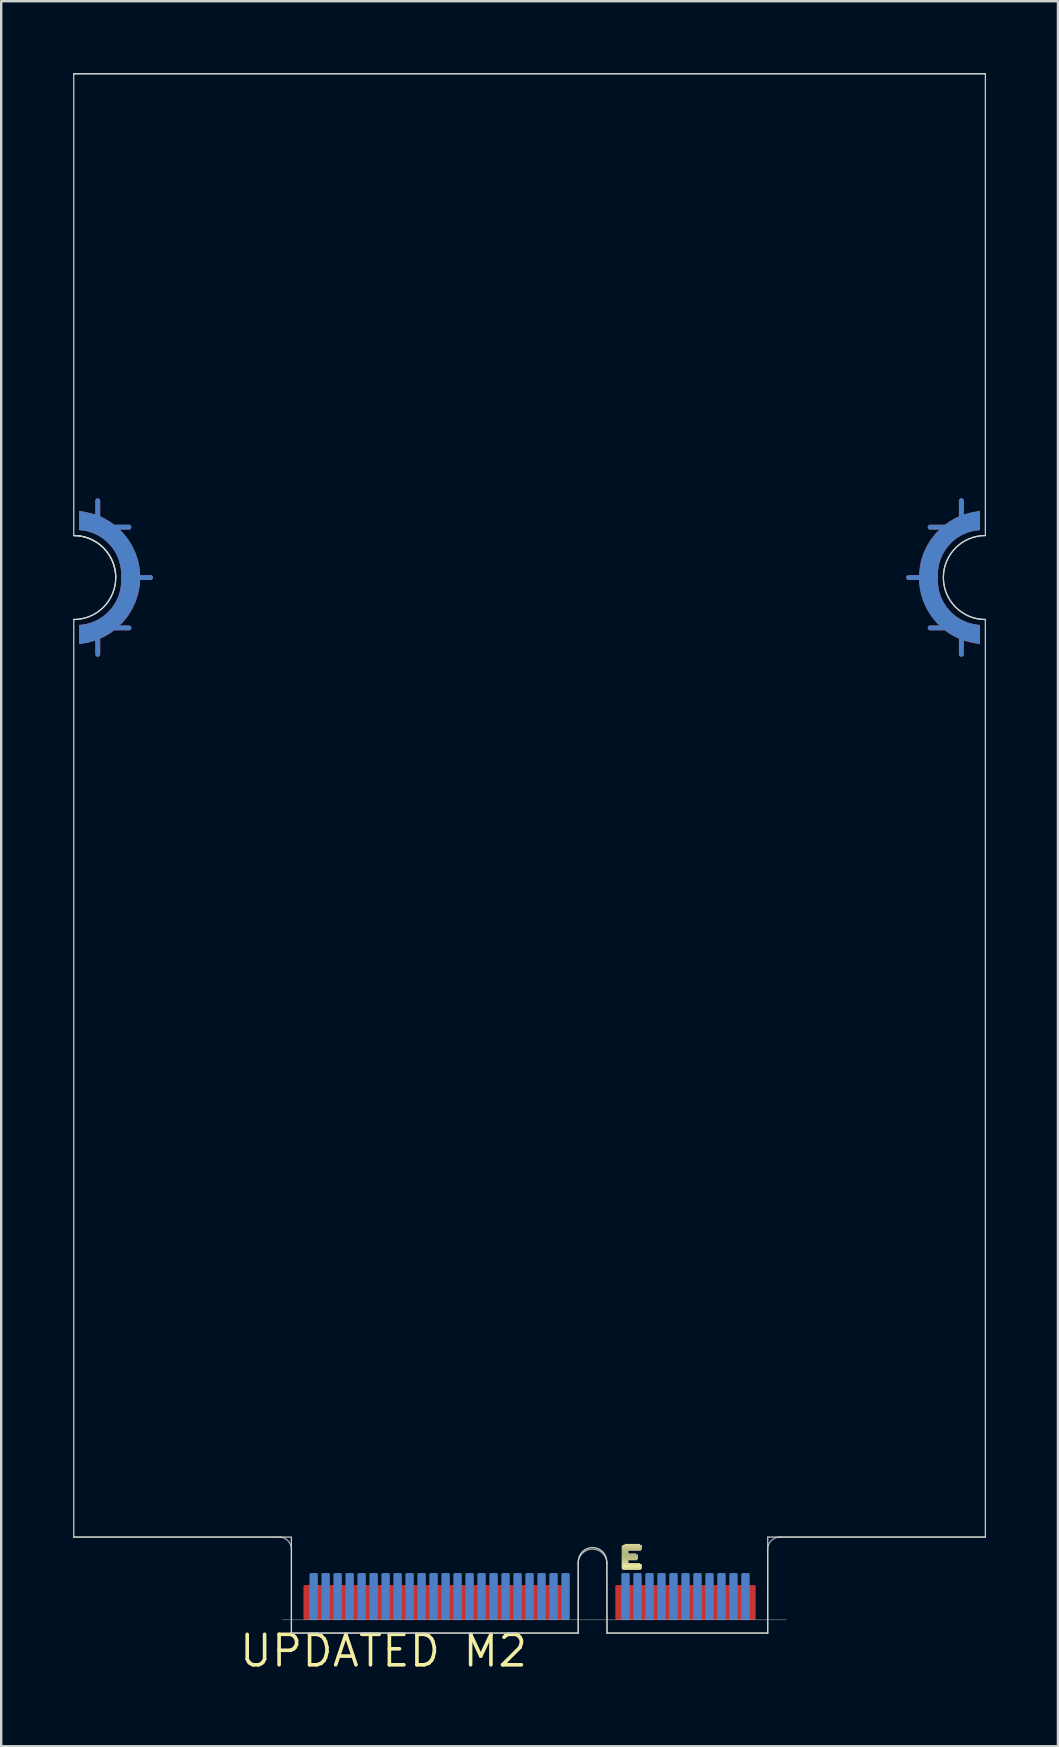
<source format=kicad_pcb>
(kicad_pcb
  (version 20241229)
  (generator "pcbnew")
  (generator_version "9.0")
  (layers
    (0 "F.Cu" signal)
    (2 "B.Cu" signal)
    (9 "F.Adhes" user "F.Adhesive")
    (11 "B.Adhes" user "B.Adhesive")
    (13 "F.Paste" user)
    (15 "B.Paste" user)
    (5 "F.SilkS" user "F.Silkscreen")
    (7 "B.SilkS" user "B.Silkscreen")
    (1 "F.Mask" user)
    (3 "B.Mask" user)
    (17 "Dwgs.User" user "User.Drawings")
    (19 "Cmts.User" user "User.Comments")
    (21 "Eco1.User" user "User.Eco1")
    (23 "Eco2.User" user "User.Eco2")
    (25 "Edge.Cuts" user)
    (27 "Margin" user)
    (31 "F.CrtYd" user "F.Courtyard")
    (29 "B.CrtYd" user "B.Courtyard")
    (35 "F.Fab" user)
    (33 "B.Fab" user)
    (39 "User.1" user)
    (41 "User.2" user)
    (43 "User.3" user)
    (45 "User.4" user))
  (footprint "UPDATED M2"
    (layer "F.Cu")
    (at 19.025 65.025)
    (property "Reference" "UPDATED M2" (at 0 0 0) (unlocked yes) (layer "F.SilkS") (effects (font (size 1.27 1.27) (thickness 0.15)) (justify right top)))
    (fp_line (start -18 -46.1) (end -18 -47.2) (stroke (width 0.203) (type solid)) (layer "F.Cu"))
    (fp_line (start -18 -46.1) (end -16.7 -46.1) (stroke (width 0.203) (type solid)) (layer "F.Cu"))
    (fp_line (start -18 -41.9) (end -18 -40.8) (stroke (width 0.203) (type solid)) (layer "F.Cu"))
    (fp_line (start -18 -41.9) (end -16.7 -41.9) (stroke (width 0.203) (type solid)) (layer "F.Cu"))
    (fp_line (start -16.7 -44) (end -15.8 -44) (stroke (width 0.203) (type solid)) (layer "F.Cu"))
    (fp_line (start 16.7 -44) (end 15.8 -44) (stroke (width 0.203) (type solid)) (layer "F.Cu"))
    (fp_line (start 18 -46.1) (end 16.7 -46.1) (stroke (width 0.203) (type solid)) (layer "F.Cu"))
    (fp_line (start 18 -46.1) (end 18 -47.2) (stroke (width 0.203) (type solid)) (layer "F.Cu"))
    (fp_line (start 18 -41.9) (end 16.7 -41.9) (stroke (width 0.203) (type solid)) (layer "F.Cu"))
    (fp_line (start 18 -41.9) (end 18 -40.8) (stroke (width 0.203) (type solid)) (layer "F.Cu"))
    (fp_poly (pts (xy -18.41 -46.718) (xy -18.083 -46.622) (xy -17.769 -46.486) (xy -17.474 -46.313) (xy -17.203 -46.106) (xy -16.958 -45.868) (xy -16.744 -45.602) (xy -16.564 -45.311) (xy -16.42 -45.001) (xy -16.314 -44.676) (xy -16.249 -44.341) (xy -16.225 -44) (xy -16.247 -43.658) (xy -16.31 -43.322) (xy -16.414 -42.996) (xy -16.557 -42.685) (xy -16.737 -42.394) (xy -16.952 -42.127) (xy -17.197 -41.888) (xy -17.47 -41.681) (xy -17.766 -41.509) (xy -18.081 -41.374) (xy -18.775 -41.219) (xy -18.775 -42.022) (xy -18.49 -42.061) (xy -18.235 -42.135) (xy -17.994 -42.243) (xy -17.771 -42.385) (xy -17.57 -42.558) (xy -17.396 -42.757) (xy -17.252 -42.979) (xy -17.141 -43.219) (xy -17.065 -43.472) (xy -17.026 -43.734) (xy -17.025 -44) (xy -17.026 -44.266) (xy -17.065 -44.528) (xy -17.141 -44.781) (xy -17.252 -45.021) (xy -17.396 -45.243) (xy -17.57 -45.442) (xy -17.771 -45.615) (xy -17.994 -45.757) (xy -18.235 -45.865) (xy -18.49 -45.939) (xy -18.775 -45.978) (xy -18.775 -46.78)) (stroke (width 0) (type default)) (fill yes) (layer "F.Cu"))
    (fp_poly (pts (xy 18.775 -45.978) (xy 18.49 -45.939) (xy 18.235 -45.865) (xy 17.994 -45.757) (xy 17.771 -45.615) (xy 17.57 -45.442) (xy 17.396 -45.243) (xy 17.252 -45.021) (xy 17.141 -44.781) (xy 17.065 -44.528) (xy 17.026 -44.266) (xy 17.025 -44) (xy 17.026 -43.734) (xy 17.065 -43.472) (xy 17.141 -43.219) (xy 17.252 -42.979) (xy 17.396 -42.757) (xy 17.57 -42.558) (xy 17.771 -42.385) (xy 17.994 -42.243) (xy 18.235 -42.135) (xy 18.49 -42.061) (xy 18.775 -42.022) (xy 18.775 -41.225) (xy 18.748 -41.225) (xy 18.41 -41.282) (xy 18.083 -41.378) (xy 17.769 -41.514) (xy 17.474 -41.687) (xy 17.203 -41.894) (xy 16.958 -42.132) (xy 16.744 -42.398) (xy 16.564 -42.689) (xy 16.42 -42.999) (xy 16.314 -43.324) (xy 16.228 -43.976) (xy 16.223 -43.976) (xy 16.225 -43.999) (xy 16.222 -44.023) (xy 16.226 -44.024) (xy 16.247 -44.342) (xy 16.31 -44.678) (xy 16.414 -45.004) (xy 16.557 -45.315) (xy 16.737 -45.606) (xy 16.952 -45.873) (xy 17.197 -46.112) (xy 17.47 -46.319) (xy 17.766 -46.491) (xy 18.081 -46.626) (xy 18.775 -46.781)) (stroke (width 0) (type default)) (fill yes) (layer "F.Cu"))
    (fp_poly (pts (xy -18.666 -46.755) (xy -18.336 -46.694) (xy -18.016 -46.595) (xy -17.71 -46.457) (xy -17.424 -46.284) (xy -17.16 -46.077) (xy -16.923 -45.84) (xy -16.716 -45.576) (xy -16.543 -45.29) (xy -16.405 -44.984) (xy -16.306 -44.664) (xy -16.245 -44.334) (xy -16.225 -44) (xy -16.245 -43.666) (xy -16.306 -43.336) (xy -16.405 -43.016) (xy -16.543 -42.71) (xy -16.716 -42.424) (xy -16.923 -42.16) (xy -17.16 -41.923) (xy -17.424 -41.716) (xy -17.71 -41.543) (xy -18.016 -41.405) (xy -18.336 -41.306) (xy -18.666 -41.245) (xy -19.025 -41.223) (xy -19.025 -42.273) (xy -18.73 -42.296) (xy -18.467 -42.359) (xy -18.217 -42.463) (xy -17.986 -42.605) (xy -17.78 -42.78) (xy -17.605 -42.986) (xy -17.463 -43.217) (xy -17.36 -43.466) (xy -17.275 -44.001) (xy -17.296 -44.27) (xy -17.36 -44.533) (xy -17.463 -44.783) (xy -17.605 -45.014) (xy -17.78 -45.22) (xy -17.986 -45.395) (xy -18.217 -45.537) (xy -18.466 -45.64) (xy -19.025 -45.729) (xy -19.025 -46.777)) (stroke (width 0) (type default)) (fill yes) (layer "F.Mask"))
    (fp_poly (pts (xy 19.025 -45.727) (xy 18.73 -45.704) (xy 18.467 -45.64) (xy 18.217 -45.537) (xy 17.986 -45.395) (xy 17.78 -45.22) (xy 17.605 -45.014) (xy 17.463 -44.783) (xy 17.36 -44.534) (xy 17.275 -43.999) (xy 17.296 -43.73) (xy 17.36 -43.467) (xy 17.463 -43.217) (xy 17.605 -42.986) (xy 17.78 -42.78) (xy 17.986 -42.605) (xy 18.217 -42.463) (xy 18.466 -42.36) (xy 19.025 -42.271) (xy 19.025 -41.223) (xy 18.666 -41.245) (xy 18.336 -41.306) (xy 18.016 -41.405) (xy 17.71 -41.543) (xy 17.424 -41.716) (xy 17.16 -41.923) (xy 16.923 -42.16) (xy 16.716 -42.424) (xy 16.543 -42.71) (xy 16.405 -43.016) (xy 16.306 -43.336) (xy 16.245 -43.666) (xy 16.225 -44) (xy 16.245 -44.334) (xy 16.306 -44.664) (xy 16.405 -44.984) (xy 16.543 -45.29) (xy 16.716 -45.576) (xy 16.923 -45.84) (xy 17.16 -46.077) (xy 17.424 -46.284) (xy 17.71 -46.457) (xy 18.016 -46.595) (xy 18.336 -46.694) (xy 18.666 -46.755) (xy 19.025 -46.777)) (stroke (width 0) (type default)) (fill yes) (layer "F.Mask"))
    (fp_line (start -18 -46.1) (end -18 -47.2) (stroke (width 0.203) (type solid)) (layer "B.Cu"))
    (fp_line (start -18 -46.1) (end -16.7 -46.1) (stroke (width 0.203) (type solid)) (layer "B.Cu"))
    (fp_line (start -18 -41.9) (end -18 -40.8) (stroke (width 0.203) (type solid)) (layer "B.Cu"))
    (fp_line (start -18 -41.9) (end -16.7 -41.9) (stroke (width 0.203) (type solid)) (layer "B.Cu"))
    (fp_line (start -16.7 -44) (end -15.8 -44) (stroke (width 0.203) (type solid)) (layer "B.Cu"))
    (fp_line (start 16.7 -44) (end 15.8 -44) (stroke (width 0.203) (type solid)) (layer "B.Cu"))
    (fp_line (start 18 -46.1) (end 16.7 -46.1) (stroke (width 0.203) (type solid)) (layer "B.Cu"))
    (fp_line (start 18 -46.1) (end 18 -47.2) (stroke (width 0.203) (type solid)) (layer "B.Cu"))
    (fp_line (start 18 -41.9) (end 16.7 -41.9) (stroke (width 0.203) (type solid)) (layer "B.Cu"))
    (fp_line (start 18 -41.9) (end 18 -40.8) (stroke (width 0.203) (type solid)) (layer "B.Cu"))
    (fp_poly (pts (xy 18.775 -45.978) (xy 18.49 -45.939) (xy 18.235 -45.865) (xy 17.994 -45.757) (xy 17.771 -45.615) (xy 17.57 -45.442) (xy 17.396 -45.243) (xy 17.252 -45.021) (xy 17.141 -44.781) (xy 17.065 -44.528) (xy 17.026 -44.266) (xy 17.025 -44) (xy 17.026 -43.734) (xy 17.065 -43.472) (xy 17.141 -43.219) (xy 17.252 -42.979) (xy 17.396 -42.757) (xy 17.57 -42.558) (xy 17.771 -42.385) (xy 17.994 -42.243) (xy 18.235 -42.135) (xy 18.49 -42.061) (xy 18.775 -42.022) (xy 18.775 -41.219) (xy 18.081 -41.374) (xy 17.766 -41.509) (xy 17.47 -41.681) (xy 17.197 -41.888) (xy 16.952 -42.127) (xy 16.737 -42.394) (xy 16.557 -42.685) (xy 16.414 -42.996) (xy 16.31 -43.322) (xy 16.247 -43.658) (xy 16.225 -44.001) (xy 16.314 -44.676) (xy 16.42 -45.001) (xy 16.564 -45.311) (xy 16.744 -45.602) (xy 16.958 -45.868) (xy 17.203 -46.106) (xy 17.474 -46.313) (xy 17.769 -46.486) (xy 18.083 -46.622) (xy 18.41 -46.718) (xy 18.775 -46.78)) (stroke (width 0) (type default)) (fill yes) (layer "B.Cu"))
    (fp_poly (pts (xy -18.081 -46.626) (xy -17.766 -46.491) (xy -17.47 -46.319) (xy -17.197 -46.112) (xy -16.952 -45.873) (xy -16.737 -45.606) (xy -16.557 -45.315) (xy -16.414 -45.004) (xy -16.31 -44.678) (xy -16.247 -44.342) (xy -16.226 -44.024) (xy -16.223 -44.024) (xy -16.225 -44) (xy -16.223 -43.976) (xy -16.227 -43.976) (xy -16.249 -43.659) (xy -16.314 -43.324) (xy -16.42 -42.999) (xy -16.564 -42.689) (xy -16.744 -42.398) (xy -16.958 -42.132) (xy -17.203 -41.894) (xy -17.474 -41.687) (xy -17.769 -41.514) (xy -18.083 -41.378) (xy -18.41 -41.282) (xy -18.748 -41.225) (xy -18.775 -41.225) (xy -18.775 -42.022) (xy -18.49 -42.061) (xy -18.235 -42.135) (xy -17.994 -42.243) (xy -17.771 -42.385) (xy -17.57 -42.558) (xy -17.396 -42.757) (xy -17.252 -42.979) (xy -17.141 -43.219) (xy -17.065 -43.472) (xy -17.026 -43.734) (xy -17.025 -44) (xy -17.026 -44.266) (xy -17.065 -44.528) (xy -17.141 -44.781) (xy -17.252 -45.021) (xy -17.396 -45.243) (xy -17.57 -45.442) (xy -17.771 -45.615) (xy -17.994 -45.757) (xy -18.235 -45.865) (xy -18.49 -45.939) (xy -18.775 -45.978) (xy -18.775 -46.781)) (stroke (width 0) (type default)) (fill yes) (layer "B.Cu"))
    (fp_poly (pts (xy 3.841 -3.595) (xy 4.681 -3.595) (xy 4.681 -3.635) (xy 3.841 -3.635)) (stroke (width 0) (type default)) (fill yes) (layer "F.SilkS"))
    (fp_poly (pts (xy 3.841 -3.555) (xy 4.681 -3.555) (xy 4.681 -3.595) (xy 3.841 -3.595)) (stroke (width 0) (type default)) (fill yes) (layer "F.SilkS"))
    (fp_poly (pts (xy 3.841 -3.515) (xy 4.681 -3.515) (xy 4.681 -3.555) (xy 3.841 -3.555)) (stroke (width 0) (type default)) (fill yes) (layer "F.SilkS"))
    (fp_poly (pts (xy 3.841 -3.475) (xy 4.681 -3.475) (xy 4.681 -3.515) (xy 3.841 -3.515)) (stroke (width 0) (type default)) (fill yes) (layer "F.SilkS"))
    (fp_poly (pts (xy 3.841 -3.435) (xy 4.641 -3.435) (xy 4.641 -3.475) (xy 3.841 -3.475)) (stroke (width 0) (type default)) (fill yes) (layer "F.SilkS"))
    (fp_poly (pts (xy 3.841 -3.395) (xy 4.121 -3.395) (xy 4.121 -3.435) (xy 3.841 -3.435)) (stroke (width 0) (type default)) (fill yes) (layer "F.SilkS"))
    (fp_poly (pts (xy 3.841 -3.355) (xy 4.121 -3.355) (xy 4.121 -3.395) (xy 3.841 -3.395)) (stroke (width 0) (type default)) (fill yes) (layer "F.SilkS"))
    (fp_poly (pts (xy 3.841 -3.315) (xy 4.121 -3.315) (xy 4.121 -3.355) (xy 3.841 -3.355)) (stroke (width 0) (type default)) (fill yes) (layer "F.SilkS"))
    (fp_poly (pts (xy 3.841 -3.275) (xy 4.441 -3.275) (xy 4.441 -3.315) (xy 3.841 -3.315)) (stroke (width 0) (type default)) (fill yes) (layer "F.SilkS"))
    (fp_poly (pts (xy 3.841 -3.235) (xy 4.521 -3.235) (xy 4.521 -3.275) (xy 3.841 -3.275)) (stroke (width 0) (type default)) (fill yes) (layer "F.SilkS"))
    (fp_poly (pts (xy 3.841 -3.195) (xy 4.521 -3.195) (xy 4.521 -3.235) (xy 3.841 -3.235)) (stroke (width 0) (type default)) (fill yes) (layer "F.SilkS"))
    (fp_poly (pts (xy 3.841 -3.155) (xy 4.521 -3.155) (xy 4.521 -3.195) (xy 3.841 -3.195)) (stroke (width 0) (type default)) (fill yes) (layer "F.SilkS"))
    (fp_poly (pts (xy 3.841 -3.115) (xy 4.521 -3.115) (xy 4.521 -3.155) (xy 3.841 -3.155)) (stroke (width 0) (type default)) (fill yes) (layer "F.SilkS"))
    (fp_poly (pts (xy 3.841 -3.075) (xy 4.521 -3.075) (xy 4.521 -3.115) (xy 3.841 -3.115)) (stroke (width 0) (type default)) (fill yes) (layer "F.SilkS"))
    (fp_poly (pts (xy 3.841 -3.035) (xy 4.481 -3.035) (xy 4.481 -3.075) (xy 3.841 -3.075)) (stroke (width 0) (type default)) (fill yes) (layer "F.SilkS"))
    (fp_poly (pts (xy 3.841 -2.995) (xy 4.121 -2.995) (xy 4.121 -3.035) (xy 3.841 -3.035)) (stroke (width 0) (type default)) (fill yes) (layer "F.SilkS"))
    (fp_poly (pts (xy 3.841 -2.955) (xy 4.121 -2.955) (xy 4.121 -2.995) (xy 3.841 -2.995)) (stroke (width 0) (type default)) (fill yes) (layer "F.SilkS"))
    (fp_poly (pts (xy 3.841 -2.915) (xy 4.121 -2.915) (xy 4.121 -2.955) (xy 3.841 -2.955)) (stroke (width 0) (type default)) (fill yes) (layer "F.SilkS"))
    (fp_poly (pts (xy 3.841 -2.875) (xy 4.601 -2.875) (xy 4.601 -2.915) (xy 3.841 -2.915)) (stroke (width 0) (type default)) (fill yes) (layer "F.SilkS"))
    (fp_poly (pts (xy 3.841 -2.835) (xy 4.681 -2.835) (xy 4.681 -2.875) (xy 3.841 -2.875)) (stroke (width 0) (type default)) (fill yes) (layer "F.SilkS"))
    (fp_poly (pts (xy 3.841 -2.795) (xy 4.681 -2.795) (xy 4.681 -2.835) (xy 3.841 -2.835)) (stroke (width 0) (type default)) (fill yes) (layer "F.SilkS"))
    (fp_poly (pts (xy 3.841 -2.755) (xy 4.681 -2.755) (xy 4.681 -2.795) (xy 3.841 -2.795)) (stroke (width 0) (type default)) (fill yes) (layer "F.SilkS"))
    (fp_poly (pts (xy 3.841 -2.715) (xy 4.681 -2.715) (xy 4.681 -2.755) (xy 3.841 -2.755)) (stroke (width 0) (type default)) (fill yes) (layer "F.SilkS"))
    (fp_poly (pts (xy 3.841 -2.675) (xy 4.681 -2.675) (xy 4.681 -2.715) (xy 3.841 -2.715)) (stroke (width 0) (type default)) (fill yes) (layer "F.SilkS"))
    (fp_poly (pts (xy 3.881 -3.635) (xy 4.681 -3.635) (xy 4.681 -3.675) (xy 3.881 -3.675)) (stroke (width 0) (type default)) (fill yes) (layer "F.SilkS"))
    (fp_poly (pts (xy 3.881 -2.635) (xy 4.641 -2.635) (xy 4.641 -2.675) (xy 3.881 -2.675)) (stroke (width 0) (type default)) (fill yes) (layer "F.SilkS"))
    (fp_poly (pts (xy 3.961 -3.675) (xy 4.601 -3.675) (xy 4.601 -3.715) (xy 3.961 -3.715)) (stroke (width 0) (type default)) (fill yes) (layer "F.SilkS"))
    (fp_line (start -19 -65) (end -19 -45.75) (stroke (width 0.05) (type default)) (layer "Edge.Cuts"))
    (fp_line (start -19 -42.25) (end -19 -4) (stroke (width 0.05) (type default)) (layer "Edge.Cuts"))
    (fp_line (start -19 -4) (end -10.4 -4) (stroke (width 0.05) (type default)) (layer "Edge.Cuts"))
    (fp_line (start -10.4 -4) (end -9.93 -4) (stroke (width 0.05) (type default)) (layer "Edge.Cuts"))
    (fp_line (start -9.93 0) (end -9.93 -3.99) (stroke (width 0.05) (type default)) (layer "Edge.Cuts"))
    (fp_line (start -9.93 0) (end 2.03 0) (stroke (width 0.05) (type default)) (layer "Edge.Cuts"))
    (fp_line (start 2.03 0) (end 2.03 -2.97) (stroke (width 0.05) (type default)) (layer "Edge.Cuts"))
    (fp_line (start 3.22 -2.97) (end 3.23 0) (stroke (width 0.05) (type default)) (layer "Edge.Cuts"))
    (fp_line (start 3.23 0) (end 9.93 0) (stroke (width 0.05) (type default)) (layer "Edge.Cuts"))
    (fp_line (start 9.93 -4) (end 10.46 -4) (stroke (width 0.05) (type default)) (layer "Edge.Cuts"))
    (fp_line (start 9.93 0) (end 9.93 -4) (stroke (width 0.05) (type default)) (layer "Edge.Cuts"))
    (fp_line (start 10.46 -4) (end 19 -4) (stroke (width 0.05) (type default)) (layer "Edge.Cuts"))
    (fp_line (start 19 -65) (end -19 -65) (stroke (width 0.05) (type default)) (layer "Edge.Cuts"))
    (fp_line (start 19 -45.75) (end 19 -65) (stroke (width 0.05) (type default)) (layer "Edge.Cuts"))
    (fp_line (start 19 -4) (end 19 -42.25) (stroke (width 0.05) (type default)) (layer "Edge.Cuts"))
    (fp_arc (start -19 -45.75) (mid -17.25 -44) (end -19 -42.25) (stroke (width 0.05) (type default)) (layer "Edge.Cuts"))
    (fp_arc (start -19 -45.75) (mid -17.25 -44) (end -19 -42.25) (stroke (width 0.0508) (type solid)) (layer "Edge.Cuts"))
    (fp_arc (start -19 -45.75) (mid -17.762563 -45.237437) (end -17.25 -44) (stroke (width 0.05) (type default)) (layer "Edge.Cuts"))
    (fp_arc (start 2.03 -2.97) (mid 2.625 -3.565) (end 3.22 -2.97) (stroke (width 0.05) (type default)) (layer "Edge.Cuts"))
    (fp_arc (start 19 -42.25) (mid 17.25 -44) (end 19 -45.75) (stroke (width 0.05) (type default)) (layer "Edge.Cuts"))
    (fp_arc (start 19 -42.25) (mid 17.25 -44) (end 19 -45.75) (stroke (width 0.0508) (type solid)) (layer "Edge.Cuts"))
    (fp_line (start -19 -65) (end 19 -65) (stroke (width 0.051) (type solid)) (layer "F.Fab"))
    (fp_line (start -10.4 -4) (end -19 -4) (stroke (width 0.051) (type solid)) (layer "F.Fab"))
    (fp_line (start -10.3 -0.55) (end 10.7 -0.55) (stroke (width 0.02) (type solid)) (layer "F.Fab"))
    (fp_line (start -9.925 0) (end -9.925 -3.5) (stroke (width 0.051) (type solid)) (layer "F.Fab"))
    (fp_line (start 2.025 -2.9) (end 2.025 0) (stroke (width 0.051) (type solid)) (layer "F.Fab"))
    (fp_line (start 2.025 0) (end -9.925 0) (stroke (width 0.051) (type solid)) (layer "F.Fab"))
    (fp_line (start 3.225 -2.9) (end 3.225 0) (stroke (width 0.051) (type solid)) (layer "F.Fab"))
    (fp_line (start 9.925 -3.5) (end 9.925 0) (stroke (width 0.051) (type solid)) (layer "F.Fab"))
    (fp_line (start 9.925 0) (end 3.225 0) (stroke (width 0.051) (type solid)) (layer "F.Fab"))
    (fp_line (start 10.4 -4) (end 19 -4) (stroke (width 0.051) (type solid)) (layer "F.Fab"))
    (fp_arc (start -10.4 -4) (mid -10.066759 -3.840954) (end -9.925 -3.5) (stroke (width 0.0508) (type solid)) (layer "F.Fab"))
    (fp_arc (start 2.025 -2.9) (mid 2.625 -3.5) (end 3.225 -2.9) (stroke (width 0.0508) (type solid)) (layer "F.Fab"))
    (fp_arc (start 9.925 -3.5) (mid 10.065336 -3.842318) (end 10.4 -4) (stroke (width 0.0508) (type solid)) (layer "F.Fab"))
    (pad "1" smd roundrect (at 9.25 -1.275 180) (size 0.35 1.45) (layers "F.Cu" "F.Mask") (roundrect_rratio 0.145))
    (pad "2" smd roundrect (at 9 -1.525) (size 0.35 1.95) (layers "B.Cu" "B.Mask") (roundrect_rratio 0.145))
    (pad "3" smd roundrect (at 8.75 -1.275 180) (size 0.35 1.45) (layers "F.Cu" "F.Mask") (roundrect_rratio 0.145))
    (pad "4" smd roundrect (at 8.5 -1.525) (size 0.35 1.95) (layers "B.Cu" "B.Mask") (roundrect_rratio 0.145))
    (pad "5" smd roundrect (at 8.25 -1.275 180) (size 0.35 1.45) (layers "F.Cu" "F.Mask") (roundrect_rratio 0.145))
    (pad "6" smd roundrect (at 8 -1.525) (size 0.35 1.95) (layers "B.Cu" "B.Mask") (roundrect_rratio 0.145))
    (pad "7" smd roundrect (at 7.75 -1.275 180) (size 0.35 1.45) (layers "F.Cu" "F.Mask") (roundrect_rratio 0.145))
    (pad "8" smd roundrect (at 7.5 -1.525) (size 0.35 1.95) (layers "B.Cu" "B.Mask") (roundrect_rratio 0.145))
    (pad "9" smd roundrect (at 7.25 -1.275 180) (size 0.35 1.45) (layers "F.Cu" "F.Mask") (roundrect_rratio 0.145))
    (pad "10" smd roundrect (at 7 -1.525) (size 0.35 1.95) (layers "B.Cu" "B.Mask") (roundrect_rratio 0.145))
    (pad "11" smd roundrect (at 6.75 -1.275 180) (size 0.35 1.45) (layers "F.Cu" "F.Mask") (roundrect_rratio 0.145))
    (pad "12" smd roundrect (at 6.5 -1.525) (size 0.35 1.95) (layers "B.Cu" "B.Mask") (roundrect_rratio 0.145))
    (pad "13" smd roundrect (at 6.25 -1.275 180) (size 0.35 1.45) (layers "F.Cu" "F.Mask") (roundrect_rratio 0.145))
    (pad "14" smd roundrect (at 6 -1.525) (size 0.35 1.95) (layers "B.Cu" "B.Mask") (roundrect_rratio 0.145))
    (pad "15" smd roundrect (at 5.75 -1.275 180) (size 0.35 1.45) (layers "F.Cu" "F.Mask") (roundrect_rratio 0.145))
    (pad "16" smd roundrect (at 5.5 -1.525) (size 0.35 1.95) (layers "B.Cu" "B.Mask") (roundrect_rratio 0.145))
    (pad "17" smd roundrect (at 5.25 -1.275 180) (size 0.35 1.45) (layers "F.Cu" "F.Mask") (roundrect_rratio 0.145))
    (pad "18" smd roundrect (at 5 -1.525) (size 0.35 1.95) (layers "B.Cu" "B.Mask") (roundrect_rratio 0.145))
    (pad "19" smd roundrect (at 4.75 -1.275 180) (size 0.35 1.45) (layers "F.Cu" "F.Mask") (roundrect_rratio 0.145))
    (pad "20" smd roundrect (at 4.5 -1.525) (size 0.35 1.95) (layers "B.Cu" "B.Mask") (roundrect_rratio 0.145))
    (pad "21" smd roundrect (at 4.25 -1.275 180) (size 0.35 1.45) (layers "F.Cu" "F.Mask") (roundrect_rratio 0.145))
    (pad "22" smd roundrect (at 4 -1.525) (size 0.35 1.95) (layers "B.Cu" "B.Mask") (roundrect_rratio 0.145))
    (pad "23" smd roundrect (at 3.75 -1.275 180) (size 0.35 1.45) (layers "F.Cu" "F.Mask") (roundrect_rratio 0.145))
    (pad "32" smd roundrect (at 1.5 -1.525) (size 0.35 1.95) (layers "B.Cu" "B.Mask") (roundrect_rratio 0.145))
    (pad "33" smd roundrect (at 1.25 -1.275 180) (size 0.35 1.45) (layers "F.Cu" "F.Mask") (roundrect_rratio 0.145))
    (pad "34" smd roundrect (at 1 -1.525) (size 0.35 1.95) (layers "B.Cu" "B.Mask") (roundrect_rratio 0.145))
    (pad "35" smd roundrect (at 0.75 -1.275 180) (size 0.35 1.45) (layers "F.Cu" "F.Mask") (roundrect_rratio 0.145))
    (pad "36" smd roundrect (at 0.5 -1.525) (size 0.35 1.95) (layers "B.Cu" "B.Mask") (roundrect_rratio 0.145))
    (pad "37" smd roundrect (at 0.25 -1.275 180) (size 0.35 1.45) (layers "F.Cu" "F.Mask") (roundrect_rratio 0.145))
    (pad "38" smd roundrect (at 0 -1.525) (size 0.35 1.95) (layers "B.Cu" "B.Mask") (roundrect_rratio 0.145))
    (pad "39" smd roundrect (at -0.25 -1.275 180) (size 0.35 1.45) (layers "F.Cu" "F.Mask") (roundrect_rratio 0.145))
    (pad "40" smd roundrect (at -0.5 -1.525) (size 0.35 1.95) (layers "B.Cu" "B.Mask") (roundrect_rratio 0.145))
    (pad "41" smd roundrect (at -0.75 -1.275 180) (size 0.35 1.45) (layers "F.Cu" "F.Mask") (roundrect_rratio 0.145))
    (pad "42" smd roundrect (at -1 -1.525) (size 0.35 1.95) (layers "B.Cu" "B.Mask") (roundrect_rratio 0.145))
    (pad "43" smd roundrect (at -1.25 -1.275 180) (size 0.35 1.45) (layers "F.Cu" "F.Mask") (roundrect_rratio 0.145))
    (pad "44" smd roundrect (at -1.5 -1.525) (size 0.35 1.95) (layers "B.Cu" "B.Mask") (roundrect_rratio 0.145))
    (pad "45" smd roundrect (at -1.75 -1.275 180) (size 0.35 1.45) (layers "F.Cu" "F.Mask") (roundrect_rratio 0.145))
    (pad "46" smd roundrect (at -2 -1.525) (size 0.35 1.95) (layers "B.Cu" "B.Mask") (roundrect_rratio 0.145))
    (pad "47" smd roundrect (at -2.25 -1.275 180) (size 0.35 1.45) (layers "F.Cu" "F.Mask") (roundrect_rratio 0.145))
    (pad "48" smd roundrect (at -2.5 -1.525) (size 0.35 1.95) (layers "B.Cu" "B.Mask") (roundrect_rratio 0.145))
    (pad "49" smd roundrect (at -2.75 -1.275 180) (size 0.35 1.45) (layers "F.Cu" "F.Mask") (roundrect_rratio 0.145))
    (pad "50" smd roundrect (at -3 -1.525) (size 0.35 1.95) (layers "B.Cu" "B.Mask") (roundrect_rratio 0.145))
    (pad "51" smd roundrect (at -3.25 -1.275 180) (size 0.35 1.45) (layers "F.Cu" "F.Mask") (roundrect_rratio 0.145))
    (pad "52" smd roundrect (at -3.5 -1.525) (size 0.35 1.95) (layers "B.Cu" "B.Mask") (roundrect_rratio 0.145))
    (pad "53" smd roundrect (at -3.75 -1.275 180) (size 0.35 1.45) (layers "F.Cu" "F.Mask") (roundrect_rratio 0.145))
    (pad "54" smd roundrect (at -4 -1.525) (size 0.35 1.95) (layers "B.Cu" "B.Mask") (roundrect_rratio 0.145))
    (pad "55" smd roundrect (at -4.25 -1.275 180) (size 0.35 1.45) (layers "F.Cu" "F.Mask") (roundrect_rratio 0.145))
    (pad "56" smd roundrect (at -4.5 -1.525) (size 0.35 1.95) (layers "B.Cu" "B.Mask") (roundrect_rratio 0.145))
    (pad "57" smd roundrect (at -4.75 -1.275 180) (size 0.35 1.45) (layers "F.Cu" "F.Mask") (roundrect_rratio 0.145))
    (pad "58" smd roundrect (at -5 -1.525) (size 0.35 1.95) (layers "B.Cu" "B.Mask") (roundrect_rratio 0.145))
    (pad "59" smd roundrect (at -5.25 -1.275 180) (size 0.35 1.45) (layers "F.Cu" "F.Mask") (roundrect_rratio 0.145))
    (pad "60" smd roundrect (at -5.5 -1.525) (size 0.35 1.95) (layers "B.Cu" "B.Mask") (roundrect_rratio 0.145))
    (pad "61" smd roundrect (at -5.75 -1.275 180) (size 0.35 1.45) (layers "F.Cu" "F.Mask") (roundrect_rratio 0.145))
    (pad "62" smd roundrect (at -6 -1.525) (size 0.35 1.95) (layers "B.Cu" "B.Mask") (roundrect_rratio 0.145))
    (pad "63" smd roundrect (at -6.25 -1.275 180) (size 0.35 1.45) (layers "F.Cu" "F.Mask") (roundrect_rratio 0.145))
    (pad "64" smd roundrect (at -6.5 -1.525) (size 0.35 1.95) (layers "B.Cu" "B.Mask") (roundrect_rratio 0.145))
    (pad "65" smd roundrect (at -6.75 -1.275 180) (size 0.35 1.45) (layers "F.Cu" "F.Mask") (roundrect_rratio 0.145))
    (pad "66" smd roundrect (at -7 -1.525) (size 0.35 1.95) (layers "B.Cu" "B.Mask") (roundrect_rratio 0.145))
    (pad "67" smd roundrect (at -7.25 -1.275 180) (size 0.35 1.45) (layers "F.Cu" "F.Mask") (roundrect_rratio 0.145))
    (pad "68" smd roundrect (at -7.5 -1.525) (size 0.35 1.95) (layers "B.Cu" "B.Mask") (roundrect_rratio 0.145))
    (pad "69" smd roundrect (at -7.75 -1.275 180) (size 0.35 1.45) (layers "F.Cu" "F.Mask") (roundrect_rratio 0.145))
    (pad "70" smd roundrect (at -8 -1.525) (size 0.35 1.95) (layers "B.Cu" "B.Mask") (roundrect_rratio 0.145))
    (pad "71" smd roundrect (at -8.25 -1.275 180) (size 0.35 1.45) (layers "F.Cu" "F.Mask") (roundrect_rratio 0.145))
    (pad "72" smd roundrect (at -8.5 -1.525) (size 0.35 1.95) (layers "B.Cu" "B.Mask") (roundrect_rratio 0.145))
    (pad "73" smd roundrect (at -8.75 -1.275 180) (size 0.35 1.45) (layers "F.Cu" "F.Mask") (roundrect_rratio 0.145))
    (pad "74" smd roundrect (at -9 -1.525) (size 0.35 1.95) (layers "B.Cu" "B.Mask") (roundrect_rratio 0.145))
    (pad "75" smd roundrect (at -9.25 -1.275 180) (size 0.35 1.45) (layers "F.Cu" "F.Mask") (roundrect_rratio 0.145)))
  (gr_rect
    (start -3 -3)
    (end 41.051 69.745)
    (stroke (width 0.1) (type default))
    (fill no)
    (layer "Edge.Cuts")))
</source>
